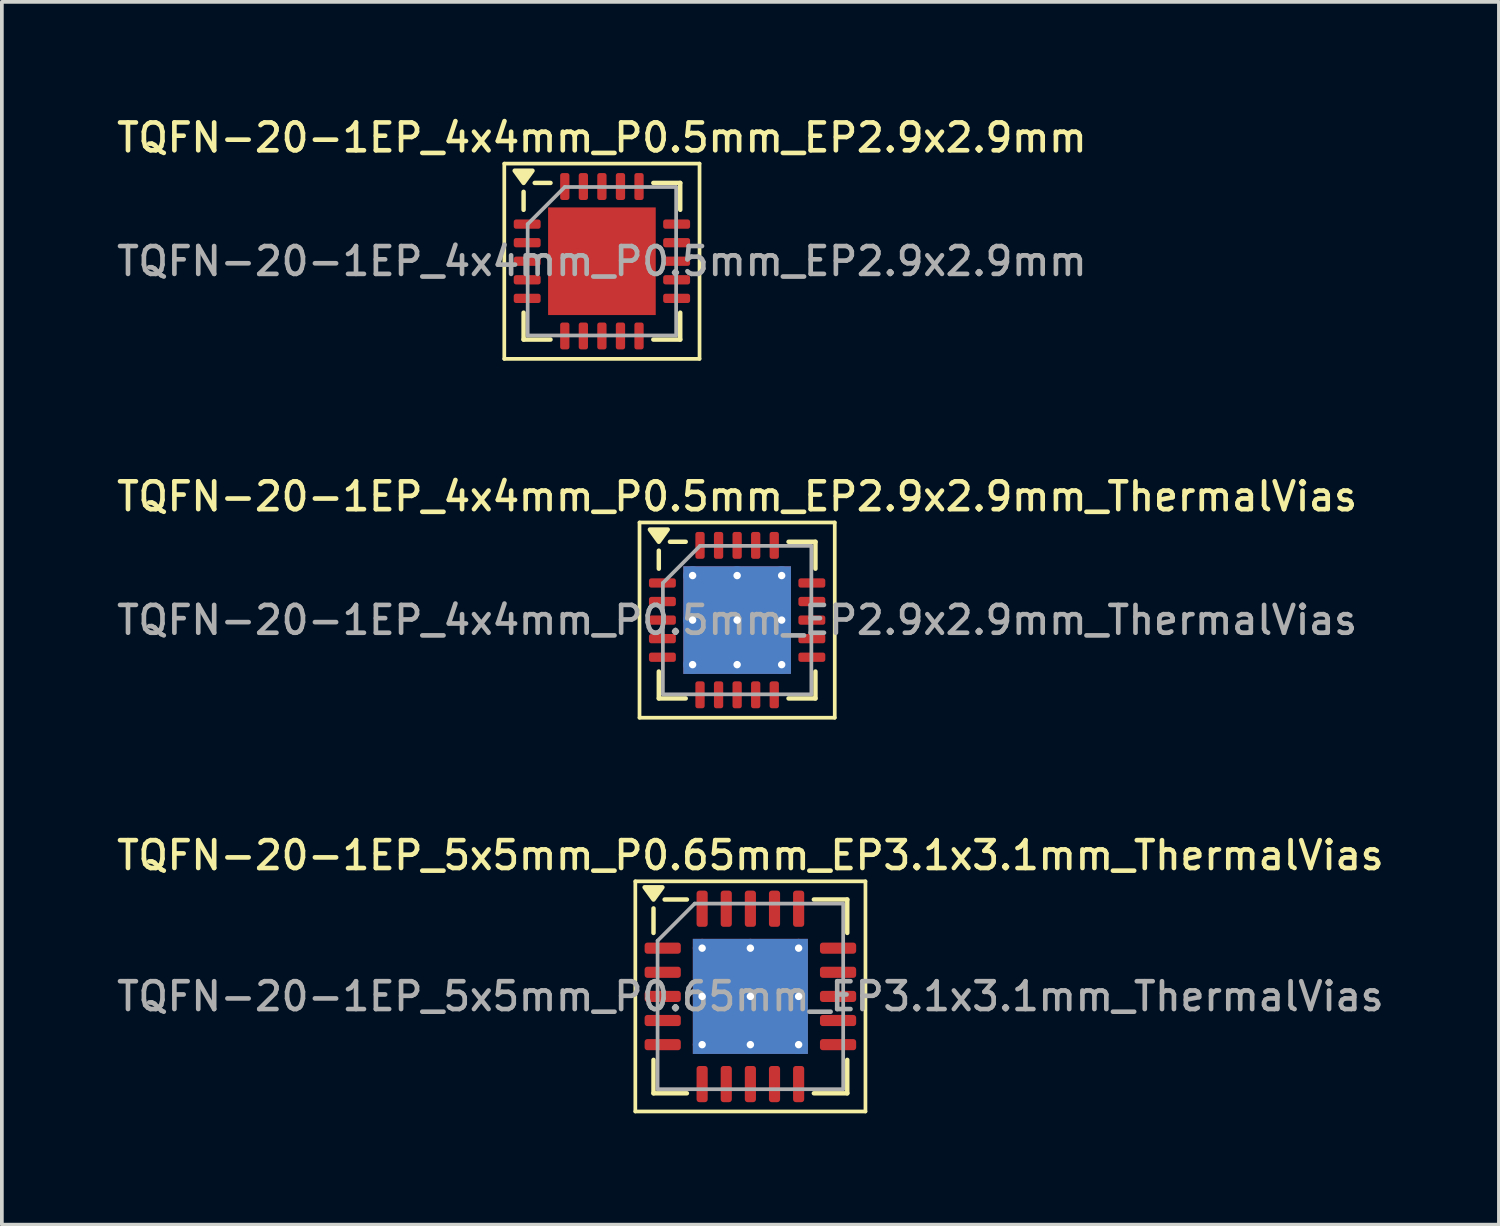
<source format=kicad_pcb>
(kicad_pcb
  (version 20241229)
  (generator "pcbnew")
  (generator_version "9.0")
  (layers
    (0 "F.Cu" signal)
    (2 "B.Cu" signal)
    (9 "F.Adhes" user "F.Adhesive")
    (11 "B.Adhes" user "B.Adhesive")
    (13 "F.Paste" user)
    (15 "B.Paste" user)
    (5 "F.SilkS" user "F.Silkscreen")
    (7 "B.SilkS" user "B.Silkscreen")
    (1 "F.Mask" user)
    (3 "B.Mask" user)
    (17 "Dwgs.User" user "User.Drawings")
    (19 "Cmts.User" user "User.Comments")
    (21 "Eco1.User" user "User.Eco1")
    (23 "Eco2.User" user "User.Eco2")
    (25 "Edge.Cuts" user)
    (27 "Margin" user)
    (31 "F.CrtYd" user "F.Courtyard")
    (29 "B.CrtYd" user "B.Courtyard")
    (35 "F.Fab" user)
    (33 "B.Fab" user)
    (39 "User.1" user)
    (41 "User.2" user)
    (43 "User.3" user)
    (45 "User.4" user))
  (footprint "TQFN-20-1EP_4x4mm_P0.5mm_EP2.9x2.9mm_ThermalVias"
    (layer "F.Cu")
    (at 16.809 13.656)
    (property "Reference" "TQFN-20-1EP_4x4mm_P0.5mm_EP2.9x2.9mm_ThermalVias" (at 0 -3.33 0) (layer "F.SilkS") (effects (font (size 0.75 0.75) (thickness 0.125))))
    (attr smd)
    (fp_line (start -2.63 -2.63) (end -2.63 2.63) (stroke (width 0.1) (type solid)) (layer "F.SilkS"))
    (fp_line (start -2.63 2.63) (end 2.63 2.63) (stroke (width 0.1) (type solid)) (layer "F.SilkS"))
    (fp_line (start -2.11 -1.385) (end -2.11 -1.87) (stroke (width 0.12) (type solid)) (layer "F.SilkS"))
    (fp_line (start -2.11 2.11) (end -2.11 1.385) (stroke (width 0.12) (type solid)) (layer "F.SilkS"))
    (fp_line (start -1.385 -2.11) (end -1.81 -2.11) (stroke (width 0.12) (type solid)) (layer "F.SilkS"))
    (fp_line (start -1.385 2.11) (end -2.11 2.11) (stroke (width 0.12) (type solid)) (layer "F.SilkS"))
    (fp_line (start 1.385 -2.11) (end 2.11 -2.11) (stroke (width 0.12) (type solid)) (layer "F.SilkS"))
    (fp_line (start 1.385 2.11) (end 2.11 2.11) (stroke (width 0.12) (type solid)) (layer "F.SilkS"))
    (fp_line (start 2.11 -2.11) (end 2.11 -1.385) (stroke (width 0.12) (type solid)) (layer "F.SilkS"))
    (fp_line (start 2.11 2.11) (end 2.11 1.385) (stroke (width 0.12) (type solid)) (layer "F.SilkS"))
    (fp_line (start 2.63 -2.63) (end -2.63 -2.63) (stroke (width 0.1) (type solid)) (layer "F.SilkS"))
    (fp_line (start 2.63 2.63) (end 2.63 -2.63) (stroke (width 0.1) (type solid)) (layer "F.SilkS"))
    (fp_poly (pts (xy -2.11 -2.11) (xy -2.35 -2.44) (xy -1.87 -2.44) (xy -2.11 -2.11)) (stroke (width 0.12) (type solid)) (fill yes) (layer "F.SilkS"))
    (fp_line (start -2 -1) (end -1 -2) (stroke (width 0.1) (type solid)) (layer "F.Fab"))
    (fp_line (start -2 2) (end -2 -1) (stroke (width 0.1) (type solid)) (layer "F.Fab"))
    (fp_line (start -1 -2) (end 2 -2) (stroke (width 0.1) (type solid)) (layer "F.Fab"))
    (fp_line (start 2 -2) (end 2 2) (stroke (width 0.1) (type solid)) (layer "F.Fab"))
    (fp_line (start 2 2) (end -2 2) (stroke (width 0.1) (type solid)) (layer "F.Fab"))
    (fp_text user "${REFERENCE}" (at 0 0 0) (layer "F.Fab") (effects (font (size 0.75 0.75) (thickness 0.125))))
    (pad "" smd roundrect (at -0.725 -0.725) (size 1.26 1.26) (layers "F.Paste") (roundrect_rratio 0.198))
    (pad "" smd roundrect (at -0.725 0.725) (size 1.26 1.26) (layers "F.Paste") (roundrect_rratio 0.198))
    (pad "" smd roundrect (at 0.725 -0.725) (size 1.26 1.26) (layers "F.Paste") (roundrect_rratio 0.198))
    (pad "" smd roundrect (at 0.725 0.725) (size 1.26 1.26) (layers "F.Paste") (roundrect_rratio 0.198))
    (pad "1" smd roundrect (at -2.013 -1) (size 0.725 0.25) (layers "F.Cu" "F.Mask" "F.Paste") (roundrect_rratio 0.25))
    (pad "2" smd roundrect (at -2.013 -0.5) (size 0.725 0.25) (layers "F.Cu" "F.Mask" "F.Paste") (roundrect_rratio 0.25))
    (pad "3" smd roundrect (at -2.013 0) (size 0.725 0.25) (layers "F.Cu" "F.Mask" "F.Paste") (roundrect_rratio 0.25))
    (pad "4" smd roundrect (at -2.013 0.5) (size 0.725 0.25) (layers "F.Cu" "F.Mask" "F.Paste") (roundrect_rratio 0.25))
    (pad "5" smd roundrect (at -2.013 1) (size 0.725 0.25) (layers "F.Cu" "F.Mask" "F.Paste") (roundrect_rratio 0.25))
    (pad "6" smd roundrect (at -1 2.013) (size 0.25 0.725) (layers "F.Cu" "F.Mask" "F.Paste") (roundrect_rratio 0.25))
    (pad "7" smd roundrect (at -0.5 2.013) (size 0.25 0.725) (layers "F.Cu" "F.Mask" "F.Paste") (roundrect_rratio 0.25))
    (pad "8" smd roundrect (at 0 2.013) (size 0.25 0.725) (layers "F.Cu" "F.Mask" "F.Paste") (roundrect_rratio 0.25))
    (pad "9" smd roundrect (at 0.5 2.013) (size 0.25 0.725) (layers "F.Cu" "F.Mask" "F.Paste") (roundrect_rratio 0.25))
    (pad "10" smd roundrect (at 1 2.013) (size 0.25 0.725) (layers "F.Cu" "F.Mask" "F.Paste") (roundrect_rratio 0.25))
    (pad "11" smd roundrect (at 2.013 1) (size 0.725 0.25) (layers "F.Cu" "F.Mask" "F.Paste") (roundrect_rratio 0.25))
    (pad "12" smd roundrect (at 2.013 0.5) (size 0.725 0.25) (layers "F.Cu" "F.Mask" "F.Paste") (roundrect_rratio 0.25))
    (pad "13" smd roundrect (at 2.013 0) (size 0.725 0.25) (layers "F.Cu" "F.Mask" "F.Paste") (roundrect_rratio 0.25))
    (pad "14" smd roundrect (at 2.013 -0.5) (size 0.725 0.25) (layers "F.Cu" "F.Mask" "F.Paste") (roundrect_rratio 0.25))
    (pad "15" smd roundrect (at 2.013 -1) (size 0.725 0.25) (layers "F.Cu" "F.Mask" "F.Paste") (roundrect_rratio 0.25))
    (pad "16" smd roundrect (at 1 -2.013) (size 0.25 0.725) (layers "F.Cu" "F.Mask" "F.Paste") (roundrect_rratio 0.25))
    (pad "17" smd roundrect (at 0.5 -2.013) (size 0.25 0.725) (layers "F.Cu" "F.Mask" "F.Paste") (roundrect_rratio 0.25))
    (pad "18" smd roundrect (at 0 -2.013) (size 0.25 0.725) (layers "F.Cu" "F.Mask" "F.Paste") (roundrect_rratio 0.25))
    (pad "19" smd roundrect (at -0.5 -2.013) (size 0.25 0.725) (layers "F.Cu" "F.Mask" "F.Paste") (roundrect_rratio 0.25))
    (pad "20" smd roundrect (at -1 -2.013) (size 0.25 0.725) (layers "F.Cu" "F.Mask" "F.Paste") (roundrect_rratio 0.25))
    (pad "21" thru_hole circle (at -1.2 -1.2) (size 0.5 0.5) (drill 0.2) (property pad_prop_heatsink) (layers "*.Cu"))
    (pad "21" thru_hole circle (at -1.2 0) (size 0.5 0.5) (drill 0.2) (property pad_prop_heatsink) (layers "*.Cu"))
    (pad "21" thru_hole circle (at -1.2 1.2) (size 0.5 0.5) (drill 0.2) (property pad_prop_heatsink) (layers "*.Cu"))
    (pad "21" thru_hole circle (at 0 -1.2) (size 0.5 0.5) (drill 0.2) (property pad_prop_heatsink) (layers "*.Cu"))
    (pad "21" thru_hole circle (at 0 0) (size 0.5 0.5) (drill 0.2) (property pad_prop_heatsink) (layers "*.Cu"))
    (pad "21" smd rect (at 0 0) (size 2.9 2.9) (property pad_prop_heatsink) (layers "F.Cu" "F.Mask"))
    (pad "21" smd rect (at 0 0) (size 2.9 2.9) (property pad_prop_heatsink) (layers "B.Cu"))
    (pad "21" thru_hole circle (at 0 1.2) (size 0.5 0.5) (drill 0.2) (property pad_prop_heatsink) (layers "*.Cu"))
    (pad "21" thru_hole circle (at 1.2 -1.2) (size 0.5 0.5) (drill 0.2) (property pad_prop_heatsink) (layers "*.Cu"))
    (pad "21" thru_hole circle (at 1.2 0) (size 0.5 0.5) (drill 0.2) (property pad_prop_heatsink) (layers "*.Cu"))
    (pad "21" thru_hole circle (at 1.2 1.2) (size 0.5 0.5) (drill 0.2) (property pad_prop_heatsink) (layers "*.Cu")))
  (footprint "TQFN-20-1EP_4x4mm_P0.5mm_EP2.9x2.9mm"
    (layer "F.Cu")
    (at 13.166 3.988)
    (property "Reference" "TQFN-20-1EP_4x4mm_P0.5mm_EP2.9x2.9mm" (at 0 -3.33 0) (layer "F.SilkS") (effects (font (size 0.75 0.75) (thickness 0.125))))
    (attr smd)
    (fp_line (start -2.63 -2.63) (end -2.63 2.63) (stroke (width 0.1) (type solid)) (layer "F.SilkS"))
    (fp_line (start -2.63 2.63) (end 2.63 2.63) (stroke (width 0.1) (type solid)) (layer "F.SilkS"))
    (fp_line (start -2.11 -1.385) (end -2.11 -1.87) (stroke (width 0.12) (type solid)) (layer "F.SilkS"))
    (fp_line (start -2.11 2.11) (end -2.11 1.385) (stroke (width 0.12) (type solid)) (layer "F.SilkS"))
    (fp_line (start -1.385 -2.11) (end -1.81 -2.11) (stroke (width 0.12) (type solid)) (layer "F.SilkS"))
    (fp_line (start -1.385 2.11) (end -2.11 2.11) (stroke (width 0.12) (type solid)) (layer "F.SilkS"))
    (fp_line (start 1.385 -2.11) (end 2.11 -2.11) (stroke (width 0.12) (type solid)) (layer "F.SilkS"))
    (fp_line (start 1.385 2.11) (end 2.11 2.11) (stroke (width 0.12) (type solid)) (layer "F.SilkS"))
    (fp_line (start 2.11 -2.11) (end 2.11 -1.385) (stroke (width 0.12) (type solid)) (layer "F.SilkS"))
    (fp_line (start 2.11 2.11) (end 2.11 1.385) (stroke (width 0.12) (type solid)) (layer "F.SilkS"))
    (fp_line (start 2.63 -2.63) (end -2.63 -2.63) (stroke (width 0.1) (type solid)) (layer "F.SilkS"))
    (fp_line (start 2.63 2.63) (end 2.63 -2.63) (stroke (width 0.1) (type solid)) (layer "F.SilkS"))
    (fp_poly (pts (xy -2.11 -2.11) (xy -2.35 -2.44) (xy -1.87 -2.44) (xy -2.11 -2.11)) (stroke (width 0.12) (type solid)) (fill yes) (layer "F.SilkS"))
    (fp_line (start -2 -1) (end -1 -2) (stroke (width 0.1) (type solid)) (layer "F.Fab"))
    (fp_line (start -2 2) (end -2 -1) (stroke (width 0.1) (type solid)) (layer "F.Fab"))
    (fp_line (start -1 -2) (end 2 -2) (stroke (width 0.1) (type solid)) (layer "F.Fab"))
    (fp_line (start 2 -2) (end 2 2) (stroke (width 0.1) (type solid)) (layer "F.Fab"))
    (fp_line (start 2 2) (end -2 2) (stroke (width 0.1) (type solid)) (layer "F.Fab"))
    (fp_text user "${REFERENCE}" (at 0 0 0) (layer "F.Fab") (effects (font (size 0.75 0.75) (thickness 0.125))))
    (pad "" smd roundrect (at -0.725 -0.725) (size 1.17 1.17) (layers "F.Paste") (roundrect_rratio 0.214))
    (pad "" smd roundrect (at -0.725 0.725) (size 1.17 1.17) (layers "F.Paste") (roundrect_rratio 0.214))
    (pad "" smd roundrect (at 0.725 -0.725) (size 1.17 1.17) (layers "F.Paste") (roundrect_rratio 0.214))
    (pad "" smd roundrect (at 0.725 0.725) (size 1.17 1.17) (layers "F.Paste") (roundrect_rratio 0.214))
    (pad "1" smd roundrect (at -2.013 -1) (size 0.725 0.25) (layers "F.Cu" "F.Mask" "F.Paste") (roundrect_rratio 0.25))
    (pad "2" smd roundrect (at -2.013 -0.5) (size 0.725 0.25) (layers "F.Cu" "F.Mask" "F.Paste") (roundrect_rratio 0.25))
    (pad "3" smd roundrect (at -2.013 0) (size 0.725 0.25) (layers "F.Cu" "F.Mask" "F.Paste") (roundrect_rratio 0.25))
    (pad "4" smd roundrect (at -2.013 0.5) (size 0.725 0.25) (layers "F.Cu" "F.Mask" "F.Paste") (roundrect_rratio 0.25))
    (pad "5" smd roundrect (at -2.013 1) (size 0.725 0.25) (layers "F.Cu" "F.Mask" "F.Paste") (roundrect_rratio 0.25))
    (pad "6" smd roundrect (at -1 2.013) (size 0.25 0.725) (layers "F.Cu" "F.Mask" "F.Paste") (roundrect_rratio 0.25))
    (pad "7" smd roundrect (at -0.5 2.013) (size 0.25 0.725) (layers "F.Cu" "F.Mask" "F.Paste") (roundrect_rratio 0.25))
    (pad "8" smd roundrect (at 0 2.013) (size 0.25 0.725) (layers "F.Cu" "F.Mask" "F.Paste") (roundrect_rratio 0.25))
    (pad "9" smd roundrect (at 0.5 2.013) (size 0.25 0.725) (layers "F.Cu" "F.Mask" "F.Paste") (roundrect_rratio 0.25))
    (pad "10" smd roundrect (at 1 2.013) (size 0.25 0.725) (layers "F.Cu" "F.Mask" "F.Paste") (roundrect_rratio 0.25))
    (pad "11" smd roundrect (at 2.013 1) (size 0.725 0.25) (layers "F.Cu" "F.Mask" "F.Paste") (roundrect_rratio 0.25))
    (pad "12" smd roundrect (at 2.013 0.5) (size 0.725 0.25) (layers "F.Cu" "F.Mask" "F.Paste") (roundrect_rratio 0.25))
    (pad "13" smd roundrect (at 2.013 0) (size 0.725 0.25) (layers "F.Cu" "F.Mask" "F.Paste") (roundrect_rratio 0.25))
    (pad "14" smd roundrect (at 2.013 -0.5) (size 0.725 0.25) (layers "F.Cu" "F.Mask" "F.Paste") (roundrect_rratio 0.25))
    (pad "15" smd roundrect (at 2.013 -1) (size 0.725 0.25) (layers "F.Cu" "F.Mask" "F.Paste") (roundrect_rratio 0.25))
    (pad "16" smd roundrect (at 1 -2.013) (size 0.25 0.725) (layers "F.Cu" "F.Mask" "F.Paste") (roundrect_rratio 0.25))
    (pad "17" smd roundrect (at 0.5 -2.013) (size 0.25 0.725) (layers "F.Cu" "F.Mask" "F.Paste") (roundrect_rratio 0.25))
    (pad "18" smd roundrect (at 0 -2.013) (size 0.25 0.725) (layers "F.Cu" "F.Mask" "F.Paste") (roundrect_rratio 0.25))
    (pad "19" smd roundrect (at -0.5 -2.013) (size 0.25 0.725) (layers "F.Cu" "F.Mask" "F.Paste") (roundrect_rratio 0.25))
    (pad "20" smd roundrect (at -1 -2.013) (size 0.25 0.725) (layers "F.Cu" "F.Mask" "F.Paste") (roundrect_rratio 0.25))
    (pad "21" smd rect (at 0 0) (size 2.9 2.9) (property pad_prop_heatsink) (layers "F.Cu" "F.Mask")))
  (footprint "TQFN-20-1EP_5x5mm_P0.65mm_EP3.1x3.1mm_ThermalVias"
    (layer "F.Cu")
    (at 17.166 23.794)
    (property "Reference" "TQFN-20-1EP_5x5mm_P0.65mm_EP3.1x3.1mm_ThermalVias" (at 0 -3.8 0) (layer "F.SilkS") (effects (font (size 0.75 0.75) (thickness 0.125))))
    (attr smd)
    (fp_line (start -3.1 -3.1) (end -3.1 3.1) (stroke (width 0.1) (type solid)) (layer "F.SilkS"))
    (fp_line (start -3.1 3.1) (end 3.1 3.1) (stroke (width 0.1) (type solid)) (layer "F.SilkS"))
    (fp_line (start -2.61 -1.71) (end -2.61 -2.37) (stroke (width 0.12) (type solid)) (layer "F.SilkS"))
    (fp_line (start -2.61 2.61) (end -2.61 1.71) (stroke (width 0.12) (type solid)) (layer "F.SilkS"))
    (fp_line (start -1.71 -2.61) (end -2.31 -2.61) (stroke (width 0.12) (type solid)) (layer "F.SilkS"))
    (fp_line (start -1.71 2.61) (end -2.61 2.61) (stroke (width 0.12) (type solid)) (layer "F.SilkS"))
    (fp_line (start 1.71 -2.61) (end 2.61 -2.61) (stroke (width 0.12) (type solid)) (layer "F.SilkS"))
    (fp_line (start 1.71 2.61) (end 2.61 2.61) (stroke (width 0.12) (type solid)) (layer "F.SilkS"))
    (fp_line (start 2.61 -2.61) (end 2.61 -1.71) (stroke (width 0.12) (type solid)) (layer "F.SilkS"))
    (fp_line (start 2.61 2.61) (end 2.61 1.71) (stroke (width 0.12) (type solid)) (layer "F.SilkS"))
    (fp_line (start 3.1 -3.1) (end -3.1 -3.1) (stroke (width 0.1) (type solid)) (layer "F.SilkS"))
    (fp_line (start 3.1 3.1) (end 3.1 -3.1) (stroke (width 0.1) (type solid)) (layer "F.SilkS"))
    (fp_poly (pts (xy -2.61 -2.61) (xy -2.85 -2.94) (xy -2.37 -2.94) (xy -2.61 -2.61)) (stroke (width 0.12) (type solid)) (fill yes) (layer "F.SilkS"))
    (fp_line (start -2.5 -1.5) (end -1.5 -2.5) (stroke (width 0.1) (type solid)) (layer "F.Fab"))
    (fp_line (start -2.5 2.5) (end -2.5 -1.5) (stroke (width 0.1) (type solid)) (layer "F.Fab"))
    (fp_line (start -1.5 -2.5) (end 2.5 -2.5) (stroke (width 0.1) (type solid)) (layer "F.Fab"))
    (fp_line (start 2.5 -2.5) (end 2.5 2.5) (stroke (width 0.1) (type solid)) (layer "F.Fab"))
    (fp_line (start 2.5 2.5) (end -2.5 2.5) (stroke (width 0.1) (type solid)) (layer "F.Fab"))
    (fp_text user "${REFERENCE}" (at 0 0 0) (layer "F.Fab") (effects (font (size 0.75 0.75) (thickness 0.125))))
    (pad "" smd roundrect (at -0.775 -0.775) (size 1.34 1.34) (layers "F.Paste") (roundrect_rratio 0.187))
    (pad "" smd roundrect (at -0.775 0.775) (size 1.34 1.34) (layers "F.Paste") (roundrect_rratio 0.187))
    (pad "" smd roundrect (at 0.775 -0.775) (size 1.34 1.34) (layers "F.Paste") (roundrect_rratio 0.187))
    (pad "" smd roundrect (at 0.775 0.775) (size 1.34 1.34) (layers "F.Paste") (roundrect_rratio 0.187))
    (pad "1" smd roundrect (at -2.362 -1.3) (size 0.975 0.3) (layers "F.Cu" "F.Mask" "F.Paste") (roundrect_rratio 0.25))
    (pad "2" smd roundrect (at -2.362 -0.65) (size 0.975 0.3) (layers "F.Cu" "F.Mask" "F.Paste") (roundrect_rratio 0.25))
    (pad "3" smd roundrect (at -2.362 0) (size 0.975 0.3) (layers "F.Cu" "F.Mask" "F.Paste") (roundrect_rratio 0.25))
    (pad "4" smd roundrect (at -2.362 0.65) (size 0.975 0.3) (layers "F.Cu" "F.Mask" "F.Paste") (roundrect_rratio 0.25))
    (pad "5" smd roundrect (at -2.362 1.3) (size 0.975 0.3) (layers "F.Cu" "F.Mask" "F.Paste") (roundrect_rratio 0.25))
    (pad "6" smd roundrect (at -1.3 2.362) (size 0.3 0.975) (layers "F.Cu" "F.Mask" "F.Paste") (roundrect_rratio 0.25))
    (pad "7" smd roundrect (at -0.65 2.362) (size 0.3 0.975) (layers "F.Cu" "F.Mask" "F.Paste") (roundrect_rratio 0.25))
    (pad "8" smd roundrect (at 0 2.362) (size 0.3 0.975) (layers "F.Cu" "F.Mask" "F.Paste") (roundrect_rratio 0.25))
    (pad "9" smd roundrect (at 0.65 2.362) (size 0.3 0.975) (layers "F.Cu" "F.Mask" "F.Paste") (roundrect_rratio 0.25))
    (pad "10" smd roundrect (at 1.3 2.362) (size 0.3 0.975) (layers "F.Cu" "F.Mask" "F.Paste") (roundrect_rratio 0.25))
    (pad "11" smd roundrect (at 2.362 1.3) (size 0.975 0.3) (layers "F.Cu" "F.Mask" "F.Paste") (roundrect_rratio 0.25))
    (pad "12" smd roundrect (at 2.362 0.65) (size 0.975 0.3) (layers "F.Cu" "F.Mask" "F.Paste") (roundrect_rratio 0.25))
    (pad "13" smd roundrect (at 2.362 0) (size 0.975 0.3) (layers "F.Cu" "F.Mask" "F.Paste") (roundrect_rratio 0.25))
    (pad "14" smd roundrect (at 2.362 -0.65) (size 0.975 0.3) (layers "F.Cu" "F.Mask" "F.Paste") (roundrect_rratio 0.25))
    (pad "15" smd roundrect (at 2.362 -1.3) (size 0.975 0.3) (layers "F.Cu" "F.Mask" "F.Paste") (roundrect_rratio 0.25))
    (pad "16" smd roundrect (at 1.3 -2.362) (size 0.3 0.975) (layers "F.Cu" "F.Mask" "F.Paste") (roundrect_rratio 0.25))
    (pad "17" smd roundrect (at 0.65 -2.362) (size 0.3 0.975) (layers "F.Cu" "F.Mask" "F.Paste") (roundrect_rratio 0.25))
    (pad "18" smd roundrect (at 0 -2.362) (size 0.3 0.975) (layers "F.Cu" "F.Mask" "F.Paste") (roundrect_rratio 0.25))
    (pad "19" smd roundrect (at -0.65 -2.362) (size 0.3 0.975) (layers "F.Cu" "F.Mask" "F.Paste") (roundrect_rratio 0.25))
    (pad "20" smd roundrect (at -1.3 -2.362) (size 0.3 0.975) (layers "F.Cu" "F.Mask" "F.Paste") (roundrect_rratio 0.25))
    (pad "21" thru_hole circle (at -1.3 -1.3) (size 0.5 0.5) (drill 0.2) (property pad_prop_heatsink) (layers "*.Cu"))
    (pad "21" thru_hole circle (at -1.3 0) (size 0.5 0.5) (drill 0.2) (property pad_prop_heatsink) (layers "*.Cu"))
    (pad "21" thru_hole circle (at -1.3 1.3) (size 0.5 0.5) (drill 0.2) (property pad_prop_heatsink) (layers "*.Cu"))
    (pad "21" thru_hole circle (at 0 -1.3) (size 0.5 0.5) (drill 0.2) (property pad_prop_heatsink) (layers "*.Cu"))
    (pad "21" thru_hole circle (at 0 0) (size 0.5 0.5) (drill 0.2) (property pad_prop_heatsink) (layers "*.Cu"))
    (pad "21" smd rect (at 0 0) (size 3.1 3.1) (property pad_prop_heatsink) (layers "F.Cu" "F.Mask"))
    (pad "21" smd rect (at 0 0) (size 3.1 3.1) (property pad_prop_heatsink) (layers "B.Cu"))
    (pad "21" thru_hole circle (at 0 1.3) (size 0.5 0.5) (drill 0.2) (property pad_prop_heatsink) (layers "*.Cu"))
    (pad "21" thru_hole circle (at 1.3 -1.3) (size 0.5 0.5) (drill 0.2) (property pad_prop_heatsink) (layers "*.Cu"))
    (pad "21" thru_hole circle (at 1.3 0) (size 0.5 0.5) (drill 0.2) (property pad_prop_heatsink) (layers "*.Cu"))
    (pad "21" thru_hole circle (at 1.3 1.3) (size 0.5 0.5) (drill 0.2) (property pad_prop_heatsink) (layers "*.Cu")))
  (gr_rect
    (start -3 -3)
    (end 37.332 29.944)
    (stroke (width 0.1) (type default))
    (fill no)
    (layer "Edge.Cuts")))
</source>
